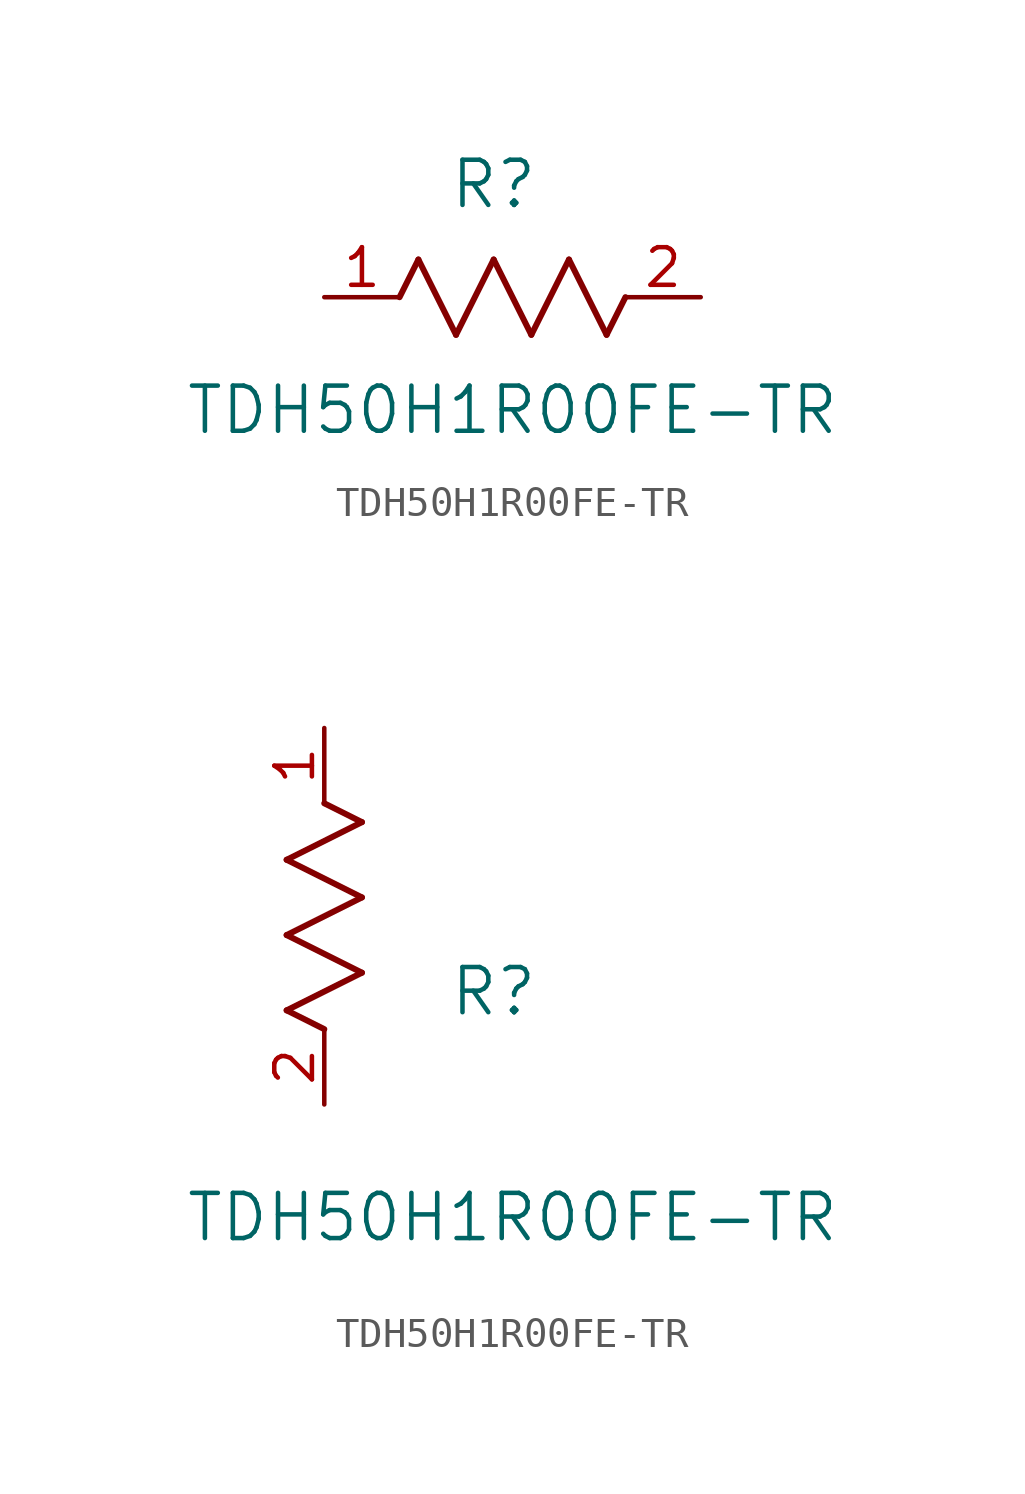
<source format=kicad_sym>
(kicad_symbol_lib
  (version 20211014)
  (generator kicad_symbol_editor)
  (symbol "TDH50H1R00FE-TR"
    (pin_names
      (offset 0.254))
    (property "Reference" "R"
      (at 5.715 3.81 0)
      (effects (font (size 1.524 1.524))))
    (property "Value" "TDH50H1R00FE-TR"
      (at 6.35 -3.81 0)
      (effects (font (size 1.524 1.524))))
    (symbol "TDH50H1R00FE-TR_1_1"
      (polyline (pts (xy 3.175 1.27) (xy 4.445 -1.27)) (stroke (width 0.203) (type default) (color 0 0 0 0)) (fill (type none)))
      (polyline (pts (xy 4.445 -1.27) (xy 5.715 1.27)) (stroke (width 0.203) (type default) (color 0 0 0 0)) (fill (type none)))
      (polyline (pts (xy 5.715 1.27) (xy 6.985 -1.27)) (stroke (width 0.203) (type default) (color 0 0 0 0)) (fill (type none)))
      (polyline (pts (xy 6.985 -1.27) (xy 8.255 1.27)) (stroke (width 0.203) (type default) (color 0 0 0 0)) (fill (type none)))
      (polyline (pts (xy 8.255 1.27) (xy 9.525 -1.27)) (stroke (width 0.203) (type default) (color 0 0 0 0)) (fill (type none)))
      (polyline (pts (xy 2.54 0) (xy 3.175 1.27)) (stroke (width 0.203) (type default) (color 0 0 0 0)) (fill (type none)))
      (polyline (pts (xy 9.525 -1.27) (xy 10.16 0)) (stroke (width 0.203) (type default) (color 0 0 0 0)) (fill (type none)))
      (pin unspecified line (at 0 0 0) (length 2.54) (name "" (effects (font (size 1.27 1.27)))) (number "1" (effects (font (size 1.27 1.27)))))
      (pin unspecified line (at 12.7 0 180) (length 2.54) (name "" (effects (font (size 1.27 1.27)))) (number "2" (effects (font (size 1.27 1.27))))))
    (symbol "TDH50H1R00FE-TR_1_2"
      (polyline (pts (xy 0 2.54) (xy -1.27 3.175)) (stroke (width 0.203) (type default) (color 0 0 0 0)) (fill (type none)))
      (polyline (pts (xy -1.27 3.175) (xy 1.27 4.445)) (stroke (width 0.203) (type default) (color 0 0 0 0)) (fill (type none)))
      (polyline (pts (xy 1.27 4.445) (xy -1.27 5.715)) (stroke (width 0.203) (type default) (color 0 0 0 0)) (fill (type none)))
      (polyline (pts (xy -1.27 5.715) (xy 1.27 6.985)) (stroke (width 0.203) (type default) (color 0 0 0 0)) (fill (type none)))
      (polyline (pts (xy -1.27 8.255) (xy 1.27 9.525)) (stroke (width 0.203) (type default) (color 0 0 0 0)) (fill (type none)))
      (polyline (pts (xy 1.27 9.525) (xy 0 10.16)) (stroke (width 0.203) (type default) (color 0 0 0 0)) (fill (type none)))
      (polyline (pts (xy 1.27 6.985) (xy -1.27 8.255)) (stroke (width 0.203) (type default) (color 0 0 0 0)) (fill (type none)))
      (pin unspecified line (at 0 12.7 270) (length 2.54) (name "" (effects (font (size 1.27 1.27)))) (number "1" (effects (font (size 1.27 1.27)))))
      (pin unspecified line (at 0 0 90) (length 2.54) (name "" (effects (font (size 1.27 1.27)))) (number "2" (effects (font (size 1.27 1.27))))))))
</source>
